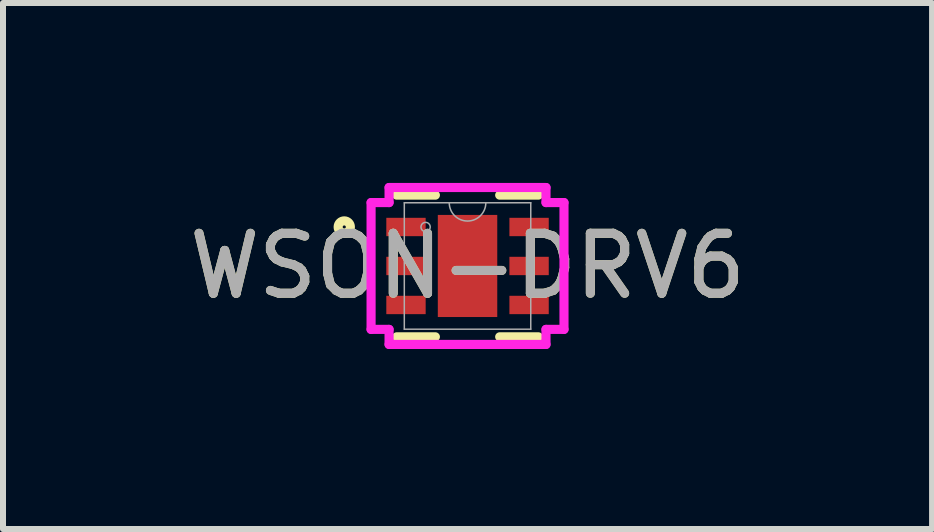
<source format=kicad_pcb>
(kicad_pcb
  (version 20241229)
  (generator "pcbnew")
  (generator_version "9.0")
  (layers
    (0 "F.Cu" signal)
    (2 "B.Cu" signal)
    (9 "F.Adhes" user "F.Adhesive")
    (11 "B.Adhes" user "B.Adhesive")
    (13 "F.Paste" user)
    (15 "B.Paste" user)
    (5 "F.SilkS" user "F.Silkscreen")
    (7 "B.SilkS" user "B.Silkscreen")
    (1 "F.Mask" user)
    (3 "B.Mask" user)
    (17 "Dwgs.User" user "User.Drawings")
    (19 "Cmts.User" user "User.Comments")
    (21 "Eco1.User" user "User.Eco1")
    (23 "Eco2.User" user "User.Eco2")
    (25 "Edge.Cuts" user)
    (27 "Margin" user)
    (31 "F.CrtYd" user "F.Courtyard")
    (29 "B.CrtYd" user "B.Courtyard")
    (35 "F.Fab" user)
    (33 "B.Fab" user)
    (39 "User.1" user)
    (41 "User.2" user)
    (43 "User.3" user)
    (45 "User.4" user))
  (footprint "WSON-DRV6"
    (layer "F.Cu")
    (at 4.744 1.384)
    (property "Reference" "WSON-DRV6" (at 0 0 0) (unlocked yes) (layer "F.SilkS") (effects (font (size 1 1) (thickness 0.15))))
    (attr smd)
    (fp_line (start -1.181 1.181) (end -0.536 1.181) (stroke (width 0.152) (type solid)) (layer "F.SilkS"))
    (fp_line (start -0.536 -1.181) (end -1.181 -1.181) (stroke (width 0.152) (type solid)) (layer "F.SilkS"))
    (fp_line (start 0.536 1.181) (end 1.181 1.181) (stroke (width 0.152) (type solid)) (layer "F.SilkS"))
    (fp_line (start 1.181 -1.181) (end 0.536 -1.181) (stroke (width 0.152) (type solid)) (layer "F.SilkS"))
    (fp_circle (center -2.055 -0.65) (end -1.953 -0.65) (stroke (width 0.152) (type solid)) (fill no) (layer "F.SilkS"))
    (fp_line (start -1.608 -1.057) (end -1.308 -1.057) (stroke (width 0.152) (type solid)) (layer "F.CrtYd"))
    (fp_line (start -1.608 1.057) (end -1.608 -1.057) (stroke (width 0.152) (type solid)) (layer "F.CrtYd"))
    (fp_line (start -1.608 1.057) (end -1.308 1.057) (stroke (width 0.152) (type solid)) (layer "F.CrtYd"))
    (fp_line (start -1.308 -1.308) (end 1.308 -1.308) (stroke (width 0.152) (type solid)) (layer "F.CrtYd"))
    (fp_line (start -1.308 -1.057) (end -1.308 -1.308) (stroke (width 0.152) (type solid)) (layer "F.CrtYd"))
    (fp_line (start -1.308 1.308) (end -1.308 1.057) (stroke (width 0.152) (type solid)) (layer "F.CrtYd"))
    (fp_line (start 1.308 -1.308) (end 1.308 -1.057) (stroke (width 0.152) (type solid)) (layer "F.CrtYd"))
    (fp_line (start 1.308 1.057) (end 1.308 1.308) (stroke (width 0.152) (type solid)) (layer "F.CrtYd"))
    (fp_line (start 1.308 1.308) (end -1.308 1.308) (stroke (width 0.152) (type solid)) (layer "F.CrtYd"))
    (fp_line (start 1.608 -1.057) (end 1.308 -1.057) (stroke (width 0.152) (type solid)) (layer "F.CrtYd"))
    (fp_line (start 1.608 -1.057) (end 1.608 1.057) (stroke (width 0.152) (type solid)) (layer "F.CrtYd"))
    (fp_line (start 1.608 1.057) (end 1.308 1.057) (stroke (width 0.152) (type solid)) (layer "F.CrtYd"))
    (fp_line (start -1.054 -1.054) (end -1.054 1.054) (stroke (width 0.025) (type solid)) (layer "F.Fab"))
    (fp_line (start -1.054 1.054) (end 1.054 1.054) (stroke (width 0.025) (type solid)) (layer "F.Fab"))
    (fp_line (start 1.054 -1.054) (end -1.054 -1.054) (stroke (width 0.025) (type solid)) (layer "F.Fab"))
    (fp_line (start 1.054 1.054) (end 1.054 -1.054) (stroke (width 0.025) (type solid)) (layer "F.Fab"))
    (fp_arc (start 0.3048 -1.0541) (mid 0 -0.7493) (end -0.3048 -1.0541) (stroke (width 0.0254) (type solid)) (layer "F.Fab"))
    (fp_circle (center -0.699 -0.65) (end -0.622 -0.65) (stroke (width 0.025) (type solid)) (fill no) (layer "F.Fab"))
    (fp_text user "${REFERENCE}" (at 0 0 0) (unlocked yes) (layer "F.Fab") (effects (font (size 1 1) (thickness 0.15))))
    (pad "1" smd rect (at -1.026 -0.65) (size 0.656 0.306) (layers "F.Cu" "F.Mask" "F.Paste"))
    (pad "2" smd rect (at -1.026 0) (size 0.656 0.306) (layers "F.Cu" "F.Mask" "F.Paste"))
    (pad "3" smd rect (at -1.026 0.65) (size 0.656 0.306) (layers "F.Cu" "F.Mask" "F.Paste"))
    (pad "4" smd rect (at 1.026 0.65) (size 0.656 0.306) (layers "F.Cu" "F.Mask" "F.Paste"))
    (pad "5" smd rect (at 1.026 0) (size 0.656 0.306) (layers "F.Cu" "F.Mask" "F.Paste"))
    (pad "6" smd rect (at 1.026 -0.65) (size 0.656 0.306) (layers "F.Cu" "F.Mask" "F.Paste"))
    (pad "7" smd rect (at 0 0) (size 0.991 1.702) (layers "F.Cu" "F.Mask" "F.Paste")))
  (gr_rect
    (start -3 -3)
    (end 12.488 5.769)
    (stroke (width 0.1) (type default))
    (fill no)
    (layer "Edge.Cuts")))
</source>
